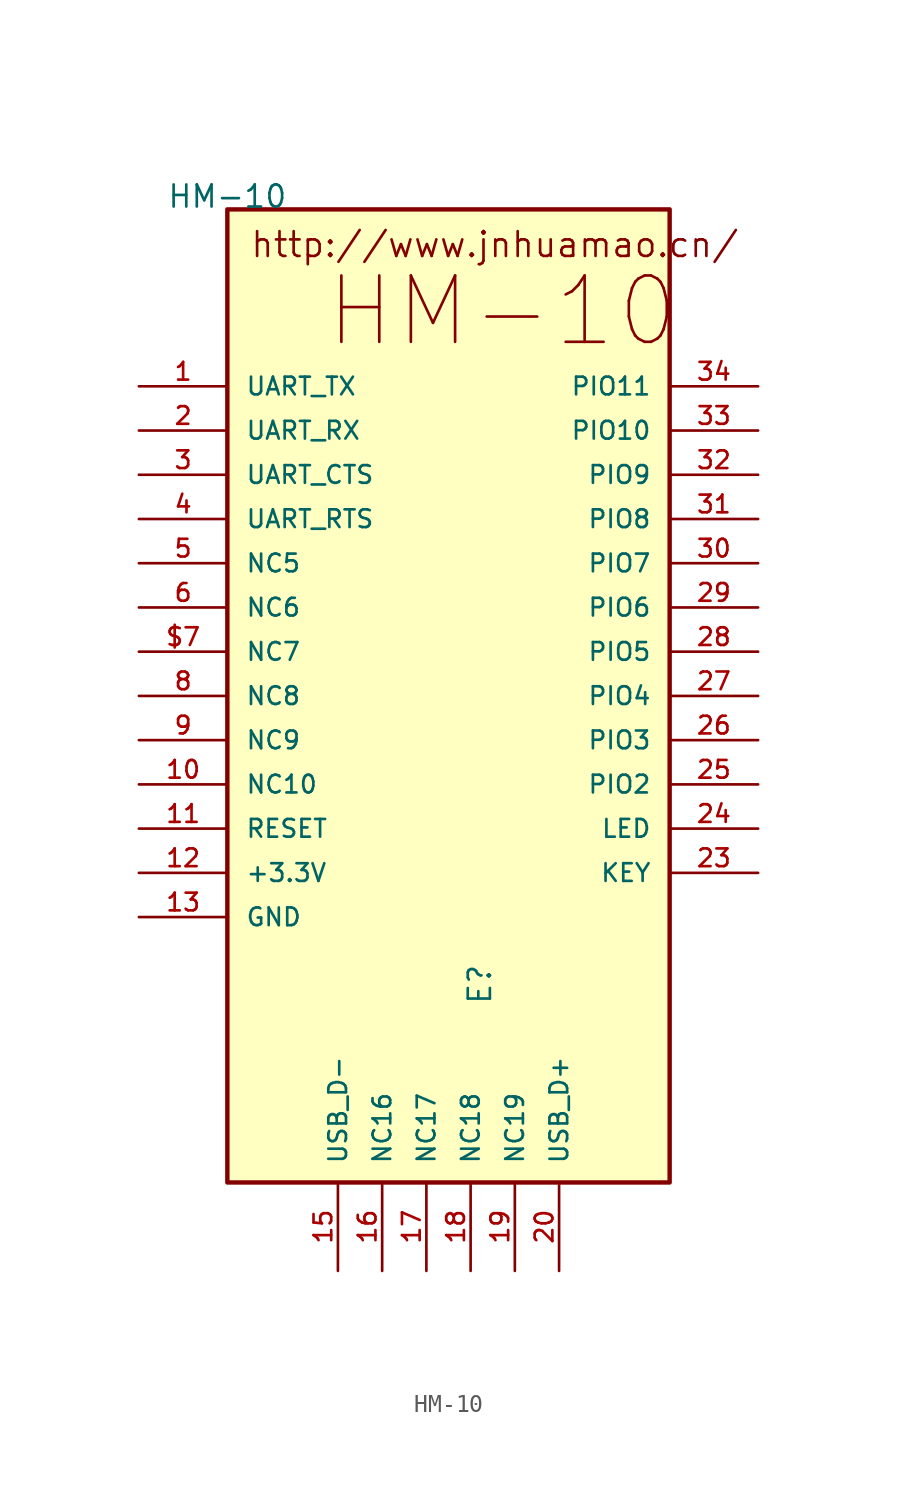
<source format=kicad_sym>
(kicad_symbol_lib
  (version 20211014)
  (generator kicad_symbol_editor)
  (symbol "HM-10"
    (pin_names
      (offset 1.016))
    (property "Reference" "E"
      (at 15.24 -45.72 90.0)
      (effects (font (size 1.27 1.27)) (justify bottom left)))
    (property "Value" "HM-10"
      (at 0 0.0 0)
      (effects (font (size 1.27 1.27)) (justify bottom)))
    (symbol "HM-10_0_0"
      (text "HM-10" (at 5.54 -8.08 0) (effects (font (size 3.81 3.81)) (justify bottom left)))
      (text "http://www.jnhuamao.cn/" (at 1.27 -1.19 0) (effects (font (size 1.422 1.422)) (justify top left)))
      (rectangle (start 1.7763568394e-15 -55.88) (end 25.4 0.0) (stroke (width 0.254)) (fill (type background)))
      (pin bidirectional line (at -5.08 -10.16 0) (length 5.08) (name "UART_TX" (effects (font (size 1.016 1.016)))) (number "1" (effects (font (size 1.016 1.016)))))
      (pin bidirectional line (at -5.08 -12.7 0) (length 5.08) (name "UART_RX" (effects (font (size 1.016 1.016)))) (number "2" (effects (font (size 1.016 1.016)))))
      (pin bidirectional line (at -5.08 -15.24 0) (length 5.08) (name "UART_CTS" (effects (font (size 1.016 1.016)))) (number "3" (effects (font (size 1.016 1.016)))))
      (pin bidirectional line (at -5.08 -17.78 0) (length 5.08) (name "UART_RTS" (effects (font (size 1.016 1.016)))) (number "4" (effects (font (size 1.016 1.016)))))
      (pin bidirectional line (at -5.08 -20.32 0) (length 5.08) (name "NC5" (effects (font (size 1.016 1.016)))) (number "5" (effects (font (size 1.016 1.016)))))
      (pin bidirectional line (at -5.08 -22.86 0) (length 5.08) (name "NC6" (effects (font (size 1.016 1.016)))) (number "6" (effects (font (size 1.016 1.016)))))
      (pin bidirectional line (at -5.08 -25.4 0) (length 5.08) (name "NC7" (effects (font (size 1.016 1.016)))) (number "$7" (effects (font (size 1.016 1.016)))))
      (pin bidirectional line (at -5.08 -27.94 0) (length 5.08) (name "NC8" (effects (font (size 1.016 1.016)))) (number "8" (effects (font (size 1.016 1.016)))))
      (pin bidirectional line (at -5.08 -30.48 0) (length 5.08) (name "NC9" (effects (font (size 1.016 1.016)))) (number "9" (effects (font (size 1.016 1.016)))))
      (pin bidirectional line (at -5.08 -33.02 0) (length 5.08) (name "NC10" (effects (font (size 1.016 1.016)))) (number "10" (effects (font (size 1.016 1.016)))))
      (pin bidirectional line (at -5.08 -35.56 0) (length 5.08) (name "RESET" (effects (font (size 1.016 1.016)))) (number "11" (effects (font (size 1.016 1.016)))))
      (pin bidirectional line (at -5.08 -38.1 0) (length 5.08) (name "+3.3V" (effects (font (size 1.016 1.016)))) (number "12" (effects (font (size 1.016 1.016)))))
      (pin bidirectional line (at -5.08 -40.64 0) (length 5.08) (name "GND" (effects (font (size 1.016 1.016)))) (number "13" (effects (font (size 1.016 1.016)))))
      (pin bidirectional line (at -5.08 -40.64 0) (length 5.08) hide (name "GND" (effects (font (size 1.016 1.016)))) (number "14" (effects (font (size 1.016 1.016)))))
      (pin bidirectional line (at -5.08 -40.64 0) (length 5.08) hide (name "GND" (effects (font (size 1.016 1.016)))) (number "21" (effects (font (size 1.016 1.016)))))
      (pin bidirectional line (at -5.08 -40.64 0) (length 5.08) hide (name "GND" (effects (font (size 1.016 1.016)))) (number "22" (effects (font (size 1.016 1.016)))))
      (pin bidirectional line (at 6.35 -60.96 90.0) (length 5.08) (name "USB_D-" (effects (font (size 1.016 1.016)))) (number "15" (effects (font (size 1.016 1.016)))))
      (pin bidirectional line (at 8.89 -60.96 90.0) (length 5.08) (name "NC16" (effects (font (size 1.016 1.016)))) (number "16" (effects (font (size 1.016 1.016)))))
      (pin bidirectional line (at 11.43 -60.96 90.0) (length 5.08) (name "NC17" (effects (font (size 1.016 1.016)))) (number "17" (effects (font (size 1.016 1.016)))))
      (pin bidirectional line (at 13.97 -60.96 90.0) (length 5.08) (name "NC18" (effects (font (size 1.016 1.016)))) (number "18" (effects (font (size 1.016 1.016)))))
      (pin bidirectional line (at 16.51 -60.96 90.0) (length 5.08) (name "NC19" (effects (font (size 1.016 1.016)))) (number "19" (effects (font (size 1.016 1.016)))))
      (pin bidirectional line (at 19.05 -60.96 90.0) (length 5.08) (name "USB_D+" (effects (font (size 1.016 1.016)))) (number "20" (effects (font (size 1.016 1.016)))))
      (pin bidirectional line (at 30.48 -38.1 180.0) (length 5.08) (name "KEY" (effects (font (size 1.016 1.016)))) (number "23" (effects (font (size 1.016 1.016)))))
      (pin bidirectional line (at 30.48 -35.56 180.0) (length 5.08) (name "LED" (effects (font (size 1.016 1.016)))) (number "24" (effects (font (size 1.016 1.016)))))
      (pin bidirectional line (at 30.48 -33.02 180.0) (length 5.08) (name "PIO2" (effects (font (size 1.016 1.016)))) (number "25" (effects (font (size 1.016 1.016)))))
      (pin bidirectional line (at 30.48 -30.48 180.0) (length 5.08) (name "PIO3" (effects (font (size 1.016 1.016)))) (number "26" (effects (font (size 1.016 1.016)))))
      (pin bidirectional line (at 30.48 -27.94 180.0) (length 5.08) (name "PIO4" (effects (font (size 1.016 1.016)))) (number "27" (effects (font (size 1.016 1.016)))))
      (pin bidirectional line (at 30.48 -25.4 180.0) (length 5.08) (name "PIO5" (effects (font (size 1.016 1.016)))) (number "28" (effects (font (size 1.016 1.016)))))
      (pin bidirectional line (at 30.48 -22.86 180.0) (length 5.08) (name "PIO6" (effects (font (size 1.016 1.016)))) (number "29" (effects (font (size 1.016 1.016)))))
      (pin bidirectional line (at 30.48 -20.32 180.0) (length 5.08) (name "PIO7" (effects (font (size 1.016 1.016)))) (number "30" (effects (font (size 1.016 1.016)))))
      (pin bidirectional line (at 30.48 -17.78 180.0) (length 5.08) (name "PIO8" (effects (font (size 1.016 1.016)))) (number "31" (effects (font (size 1.016 1.016)))))
      (pin bidirectional line (at 30.48 -15.24 180.0) (length 5.08) (name "PIO9" (effects (font (size 1.016 1.016)))) (number "32" (effects (font (size 1.016 1.016)))))
      (pin bidirectional line (at 30.48 -12.7 180.0) (length 5.08) (name "PIO10" (effects (font (size 1.016 1.016)))) (number "33" (effects (font (size 1.016 1.016)))))
      (pin bidirectional line (at 30.48 -10.16 180.0) (length 5.08) (name "PIO11" (effects (font (size 1.016 1.016)))) (number "34" (effects (font (size 1.016 1.016))))))))
</source>
